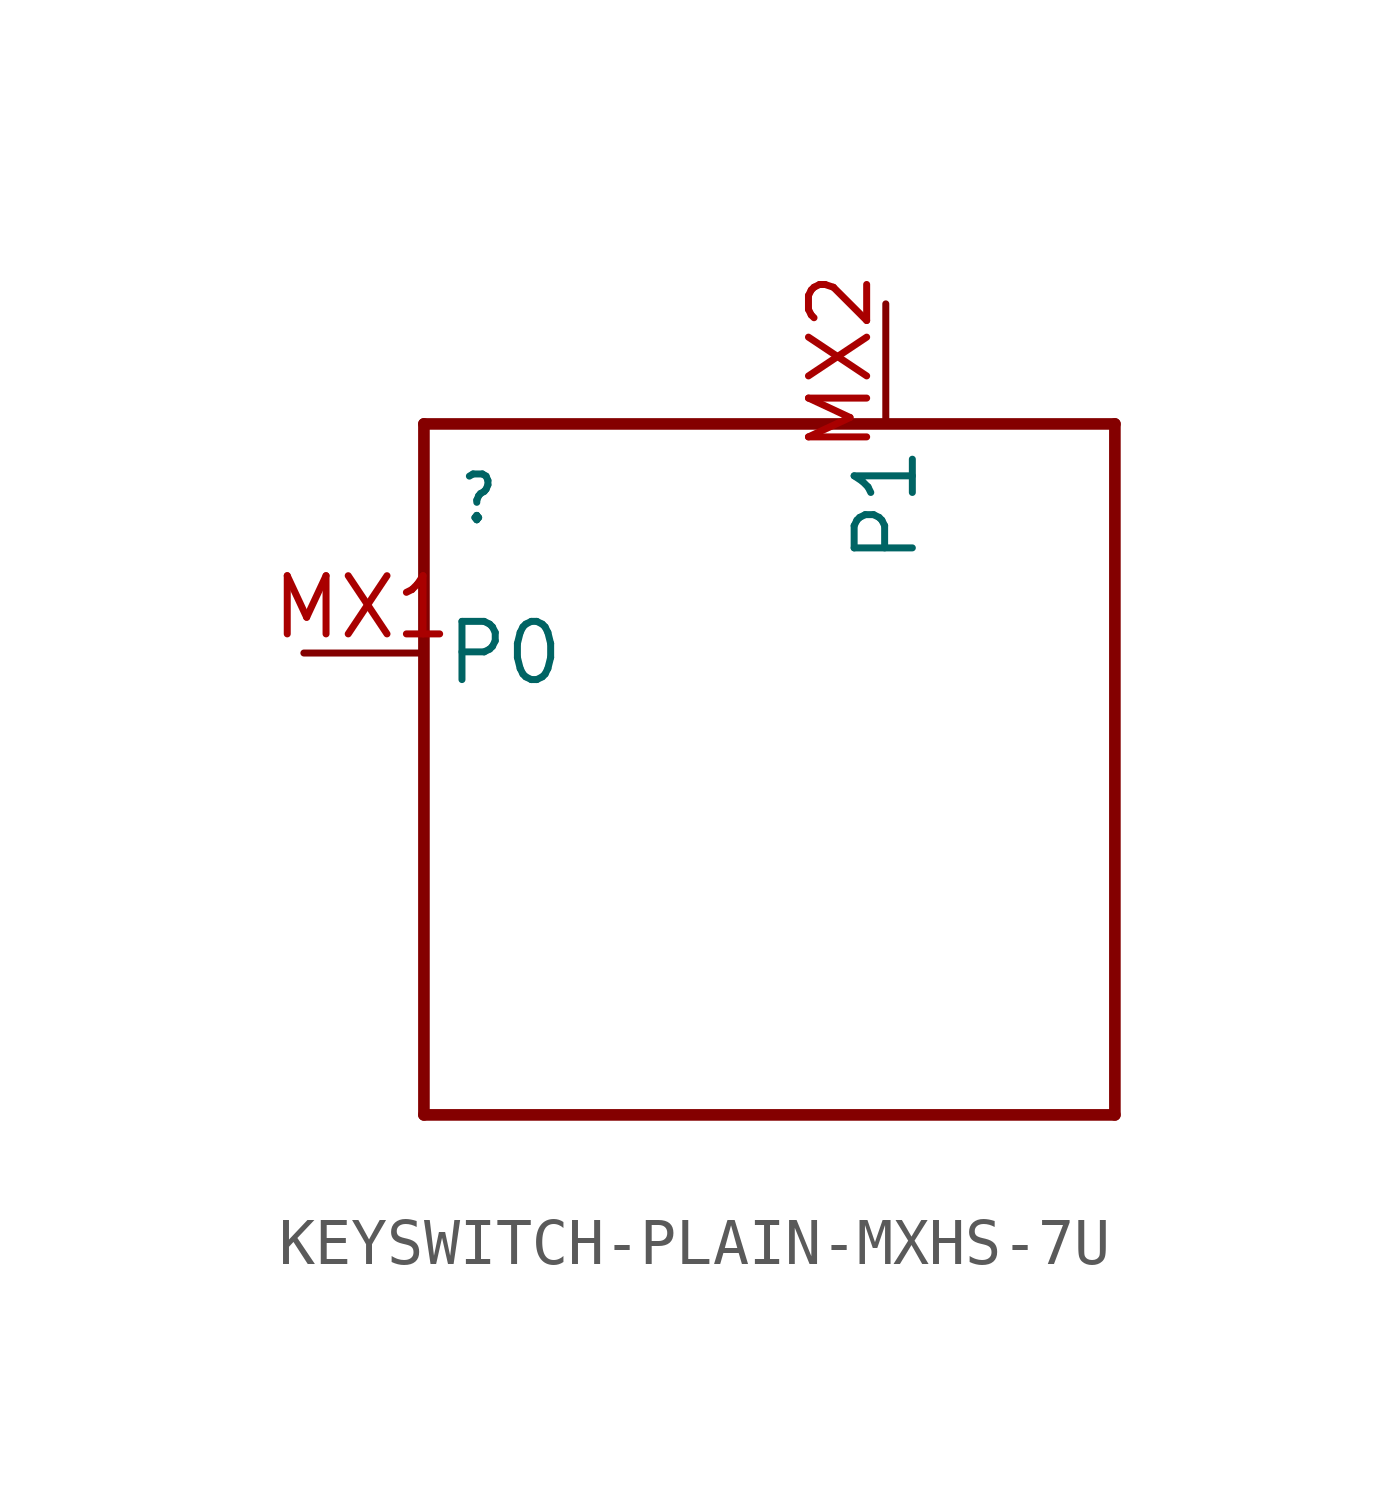
<source format=kicad_sym>
(kicad_symbol_lib
  (version 20211014)
  (generator kicad_symbol_editor)
  (symbol "KEYSWITCH-PLAIN-MXHS-7U"
    (property "Reference" ""
      (at -6.81 5.318 0)
      (effects (font (size 1 0.85)) (justify left bottom)))
    (property "ki_locked" ""
      (at 0 0 0)
      (effects (font (size 1.27 1.27))))
    (symbol "KEYSWITCH-PLAIN-MXHS-7U_1_0"
      (polyline (pts (xy -7.54 -7.54) (xy -7.54 7.54)) (stroke (width 0.254) (type default) (color 0 0 0 0)) (fill (type none)))
      (polyline (pts (xy -7.54 7.54) (xy 7.54 7.54)) (stroke (width 0.254) (type default) (color 0 0 0 0)) (fill (type none)))
      (polyline (pts (xy 7.54 -7.54) (xy -7.54 -7.54)) (stroke (width 0.254) (type default) (color 0 0 0 0)) (fill (type none)))
      (polyline (pts (xy 7.54 7.54) (xy 7.54 -7.54)) (stroke (width 0.254) (type default) (color 0 0 0 0)) (fill (type none)))
      (pin bidirectional line (at -10.16 2.54 0) (length 2.54) (name "P0" (effects (font (size 1.27 1.27)))) (number "MX1" (effects (font (size 1.27 1.27)))))
      (pin bidirectional line (at 2.54 10.16 270) (length 2.54) (name "P1" (effects (font (size 1.27 1.27)))) (number "MX2" (effects (font (size 1.27 1.27))))))))
</source>
